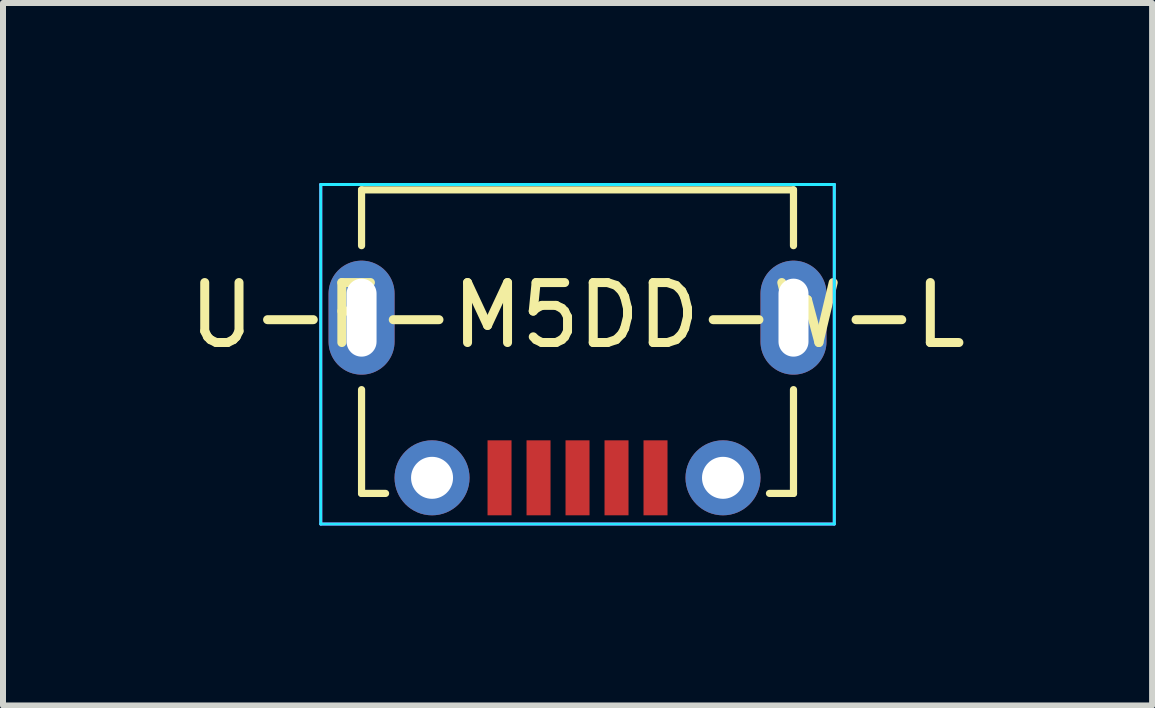
<source format=kicad_pcb>
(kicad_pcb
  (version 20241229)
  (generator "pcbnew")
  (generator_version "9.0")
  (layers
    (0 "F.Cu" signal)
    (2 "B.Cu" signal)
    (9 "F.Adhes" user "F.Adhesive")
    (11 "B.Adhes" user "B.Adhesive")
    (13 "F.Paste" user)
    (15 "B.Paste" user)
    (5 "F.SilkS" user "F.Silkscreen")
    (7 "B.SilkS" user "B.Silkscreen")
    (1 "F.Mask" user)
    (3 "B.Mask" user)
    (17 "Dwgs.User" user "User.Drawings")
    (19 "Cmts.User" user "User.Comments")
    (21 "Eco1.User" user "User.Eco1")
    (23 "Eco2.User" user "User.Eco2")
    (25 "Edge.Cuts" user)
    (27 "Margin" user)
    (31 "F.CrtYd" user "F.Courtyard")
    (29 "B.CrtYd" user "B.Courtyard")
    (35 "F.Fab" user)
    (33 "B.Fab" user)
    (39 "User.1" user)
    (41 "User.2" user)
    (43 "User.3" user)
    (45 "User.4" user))
  (footprint "U-F-M5DD-W-L"
    (layer "F.Cu")
    (at 6.577 2.245)
    (property "Reference" "U-F-M5DD-W-L" (at 0 -0.04 0) (layer "F.SilkS") (effects (font (size 1 1) (thickness 0.15))))
    (attr through_hole)
    (fp_line (start -3.6 -2.13) (end -3.6 -1.2) (stroke (width 0.12) (type solid)) (layer "F.SilkS"))
    (fp_line (start -3.6 -2.13) (end 3.6 -2.13) (stroke (width 0.12) (type solid)) (layer "F.SilkS"))
    (fp_line (start -3.6 1.2) (end -3.6 2.93) (stroke (width 0.12) (type solid)) (layer "F.SilkS"))
    (fp_line (start -3.6 2.93) (end -3.2 2.93) (stroke (width 0.12) (type solid)) (layer "F.SilkS"))
    (fp_line (start 3.6 -2.13) (end 3.6 -1.2) (stroke (width 0.12) (type solid)) (layer "F.SilkS"))
    (fp_line (start 3.6 1.2) (end 3.6 2.93) (stroke (width 0.12) (type solid)) (layer "F.SilkS"))
    (fp_line (start 3.6 2.93) (end 3.2 2.93) (stroke (width 0.12) (type solid)) (layer "F.SilkS"))
    (fp_line (start -4.28 -2.22) (end -4.28 3.44) (stroke (width 0.05) (type solid)) (layer "B.CrtYd"))
    (fp_line (start -4.28 3.44) (end 4.28 3.44) (stroke (width 0.05) (type solid)) (layer "B.CrtYd"))
    (fp_line (start 4.28 -2.22) (end -4.28 -2.22) (stroke (width 0.05) (type solid)) (layer "B.CrtYd"))
    (fp_line (start 4.28 -2.22) (end 4.28 3.44) (stroke (width 0.05) (type solid)) (layer "B.CrtYd"))
    (fp_line (start -4.28 -2.22) (end -4.28 3.44) (stroke (width 0.05) (type solid)) (layer "F.CrtYd"))
    (fp_line (start -4.28 3.44) (end 4.28 3.44) (stroke (width 0.05) (type solid)) (layer "F.CrtYd"))
    (fp_line (start 4.28 -2.22) (end -4.28 -2.22) (stroke (width 0.05) (type solid)) (layer "F.CrtYd"))
    (fp_line (start 4.28 -2.22) (end 4.28 3.44) (stroke (width 0.05) (type solid)) (layer "F.CrtYd"))
    (pad "1" smd rect (at 1.3 2.67) (size 0.4 1.25) (layers "F.Cu" "F.Mask" "F.Paste"))
    (pad "2" smd rect (at 0.65 2.67) (size 0.4 1.25) (layers "F.Cu" "F.Mask" "F.Paste"))
    (pad "3" smd rect (at 0 2.67) (size 0.4 1.25) (layers "F.Cu" "F.Mask" "F.Paste"))
    (pad "4" smd rect (at -0.65 2.67) (size 0.4 1.25) (layers "F.Cu" "F.Mask" "F.Paste"))
    (pad "5" smd rect (at -1.3 2.67) (size 0.4 1.25) (layers "F.Cu" "F.Mask" "F.Paste"))
    (pad "6" thru_hole oval (at -3.6 0) (size 1.1 1.9) (drill oval 0.5 1.3) (layers "*.Cu" "*.Mask"))
    (pad "6" thru_hole circle (at -2.425 2.67) (size 1.25 1.25) (drill 0.7) (layers "*.Cu" "*.Mask"))
    (pad "6" thru_hole circle (at 2.425 2.67) (size 1.25 1.25) (drill 0.7) (layers "*.Cu" "*.Mask"))
    (pad "6" thru_hole oval (at 3.6 0) (size 1.1 1.9) (drill oval 0.5 1.3) (layers "*.Cu" "*.Mask")))
  (gr_rect
    (start -3 -3)
    (end 16.155 8.71)
    (stroke (width 0.1) (type default))
    (fill no)
    (layer "Edge.Cuts")))
</source>
